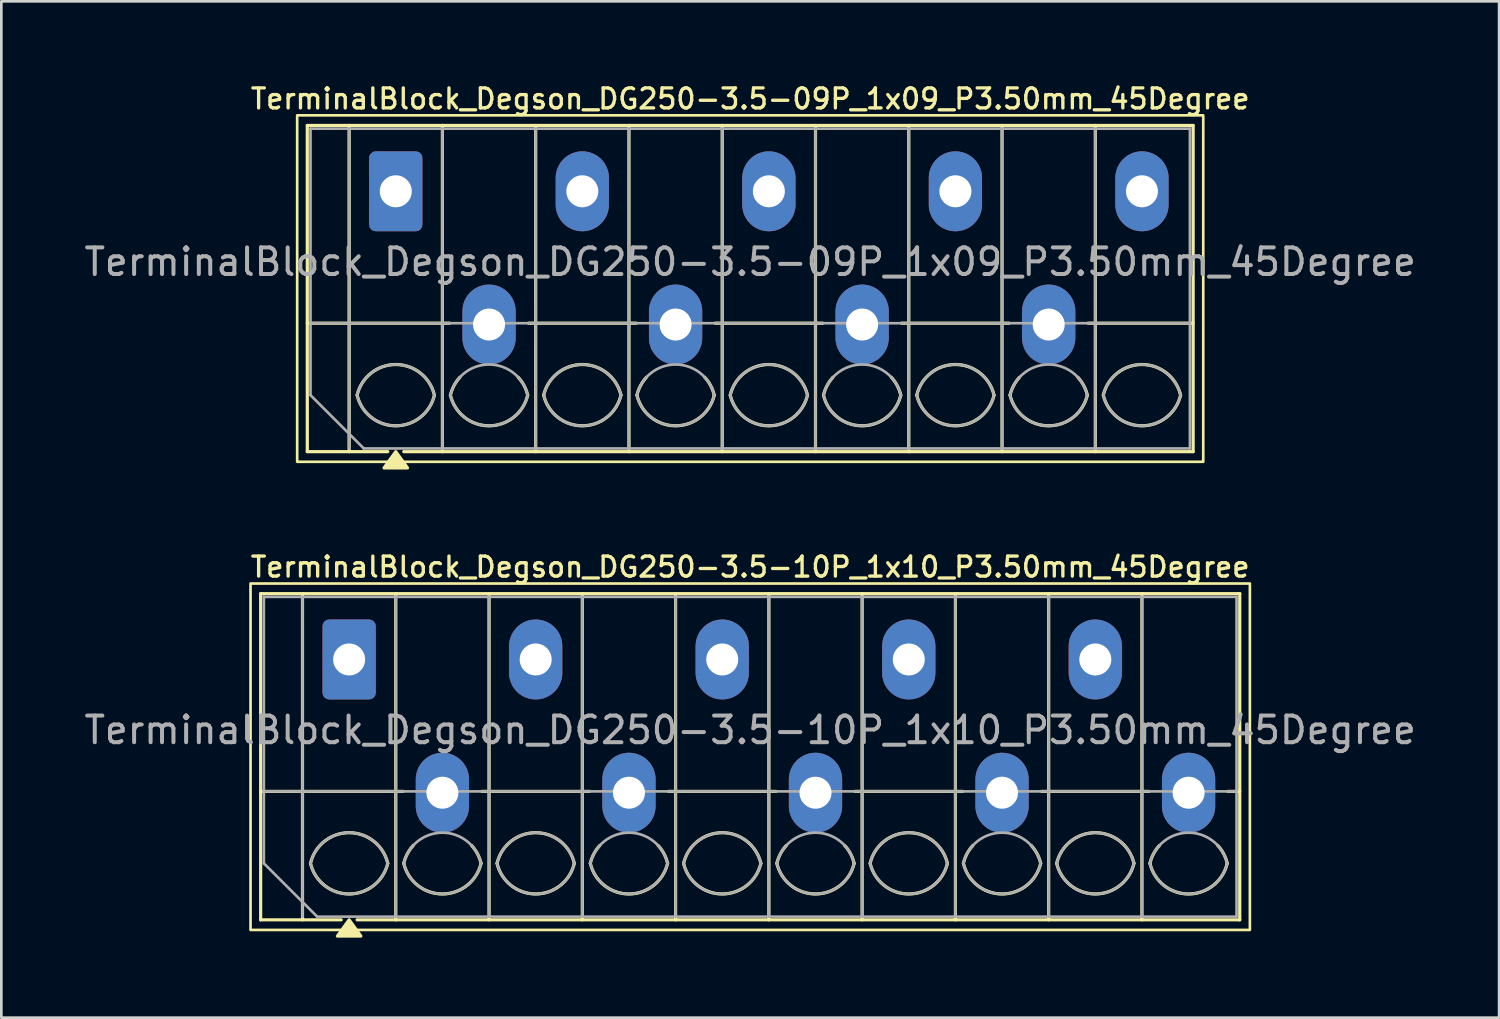
<source format=kicad_pcb>
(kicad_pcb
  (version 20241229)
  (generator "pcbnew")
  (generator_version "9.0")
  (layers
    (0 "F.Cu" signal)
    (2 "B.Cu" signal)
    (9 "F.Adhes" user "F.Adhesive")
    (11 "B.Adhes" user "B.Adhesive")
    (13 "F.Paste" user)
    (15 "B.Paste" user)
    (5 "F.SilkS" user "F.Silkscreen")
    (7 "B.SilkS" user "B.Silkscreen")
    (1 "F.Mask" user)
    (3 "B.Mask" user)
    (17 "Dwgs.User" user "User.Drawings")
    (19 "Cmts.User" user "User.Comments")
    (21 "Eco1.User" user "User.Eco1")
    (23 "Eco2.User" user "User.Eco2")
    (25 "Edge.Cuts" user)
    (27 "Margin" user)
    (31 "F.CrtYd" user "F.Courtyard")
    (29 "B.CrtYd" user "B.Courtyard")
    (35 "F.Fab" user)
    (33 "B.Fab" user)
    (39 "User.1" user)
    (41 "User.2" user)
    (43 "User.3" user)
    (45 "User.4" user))
  (footprint "TerminalBlock_Degson_DG250-3.5-09P_1x09_P3.50mm_45Degree"
    (layer "F.Cu")
    (at 11.801 4.128)
    (property "Reference" "TerminalBlock_Degson_DG250-3.5-09P_1x09_P3.50mm_45Degree" (at 13.3 -3.47 0) (layer "F.SilkS") (effects (font (size 0.75 0.75) (thickness 0.125))))
    (attr through_hole)
    (fp_line (start -3.32 -2.47) (end 29.92 -2.47) (stroke (width 0.12) (type solid)) (layer "F.SilkS"))
    (fp_line (start -3.32 4.95) (end 2.02 4.95) (stroke (width 0.12) (type solid)) (layer "F.SilkS"))
    (fp_line (start -3.32 9.77) (end -3.32 -2.47) (stroke (width 0.12) (type solid)) (layer "F.SilkS"))
    (fp_line (start -1.75 -2.47) (end -1.75 9.77) (stroke (width 0.12) (type solid)) (layer "F.SilkS"))
    (fp_line (start -0.3 9.77) (end -3.32 9.77) (stroke (width 0.12) (type solid)) (layer "F.SilkS"))
    (fp_line (start 1.75 -2.47) (end 1.75 9.77) (stroke (width 0.12) (type solid)) (layer "F.SilkS"))
    (fp_line (start 4.98 4.95) (end 9.02 4.95) (stroke (width 0.12) (type solid)) (layer "F.SilkS"))
    (fp_line (start 5.25 -2.47) (end 5.25 9.77) (stroke (width 0.12) (type solid)) (layer "F.SilkS"))
    (fp_line (start 8.75 -2.47) (end 8.75 9.77) (stroke (width 0.12) (type solid)) (layer "F.SilkS"))
    (fp_line (start 11.98 4.95) (end 16.02 4.95) (stroke (width 0.12) (type solid)) (layer "F.SilkS"))
    (fp_line (start 12.25 -2.47) (end 12.25 9.77) (stroke (width 0.12) (type solid)) (layer "F.SilkS"))
    (fp_line (start 15.75 -2.47) (end 15.75 9.77) (stroke (width 0.12) (type solid)) (layer "F.SilkS"))
    (fp_line (start 18.98 4.95) (end 23.02 4.95) (stroke (width 0.12) (type solid)) (layer "F.SilkS"))
    (fp_line (start 19.25 -2.47) (end 19.25 9.77) (stroke (width 0.12) (type solid)) (layer "F.SilkS"))
    (fp_line (start 22.75 -2.47) (end 22.75 9.77) (stroke (width 0.12) (type solid)) (layer "F.SilkS"))
    (fp_line (start 25.98 4.95) (end 29.92 4.95) (stroke (width 0.12) (type solid)) (layer "F.SilkS"))
    (fp_line (start 26.25 -2.47) (end 26.25 9.77) (stroke (width 0.12) (type solid)) (layer "F.SilkS"))
    (fp_line (start 29.92 -2.47) (end 29.92 9.77) (stroke (width 0.12) (type solid)) (layer "F.SilkS"))
    (fp_line (start 29.92 9.77) (end 0.3 9.77) (stroke (width 0.12) (type solid)) (layer "F.SilkS"))
    (fp_rect (start -3.7 -2.85) (end 30.3 10.15) (stroke (width 0.1) (type solid)) (fill no) (layer "F.SilkS"))
    (fp_arc (start -1.45 7.65) (mid 0 6.5) (end 1.45 7.65) (stroke (width 0.12) (type solid)) (layer "F.SilkS"))
    (fp_arc (start 1.45 7.65) (mid 0 8.8) (end -1.45 7.65) (stroke (width 0.12) (type solid)) (layer "F.SilkS"))
    (fp_arc (start 2.05 7.65) (mid 2.18402 7.291962) (end 2.405 6.98) (stroke (width 0.12) (type solid)) (layer "F.SilkS"))
    (fp_arc (start 4.595 6.98) (mid 4.81598 7.291962) (end 4.95 7.65) (stroke (width 0.12) (type solid)) (layer "F.SilkS"))
    (fp_arc (start 4.95 7.65) (mid 3.5 8.8) (end 2.05 7.65) (stroke (width 0.12) (type solid)) (layer "F.SilkS"))
    (fp_arc (start 5.55 7.65) (mid 7 6.5) (end 8.45 7.65) (stroke (width 0.12) (type solid)) (layer "F.SilkS"))
    (fp_arc (start 8.45 7.65) (mid 7 8.8) (end 5.55 7.65) (stroke (width 0.12) (type solid)) (layer "F.SilkS"))
    (fp_arc (start 9.05 7.65) (mid 9.18402 7.291962) (end 9.405 6.98) (stroke (width 0.12) (type solid)) (layer "F.SilkS"))
    (fp_arc (start 11.595 6.98) (mid 11.81598 7.291962) (end 11.95 7.65) (stroke (width 0.12) (type solid)) (layer "F.SilkS"))
    (fp_arc (start 11.95 7.65) (mid 10.5 8.8) (end 9.05 7.65) (stroke (width 0.12) (type solid)) (layer "F.SilkS"))
    (fp_arc (start 12.55 7.65) (mid 14 6.5) (end 15.45 7.65) (stroke (width 0.12) (type solid)) (layer "F.SilkS"))
    (fp_arc (start 15.45 7.65) (mid 14 8.8) (end 12.55 7.65) (stroke (width 0.12) (type solid)) (layer "F.SilkS"))
    (fp_arc (start 16.05 7.65) (mid 16.18402 7.291962) (end 16.405 6.98) (stroke (width 0.12) (type solid)) (layer "F.SilkS"))
    (fp_arc (start 18.595 6.98) (mid 18.81598 7.291962) (end 18.95 7.65) (stroke (width 0.12) (type solid)) (layer "F.SilkS"))
    (fp_arc (start 18.95 7.65) (mid 17.5 8.8) (end 16.05 7.65) (stroke (width 0.12) (type solid)) (layer "F.SilkS"))
    (fp_arc (start 19.55 7.65) (mid 21 6.5) (end 22.45 7.65) (stroke (width 0.12) (type solid)) (layer "F.SilkS"))
    (fp_arc (start 22.45 7.65) (mid 21 8.8) (end 19.55 7.65) (stroke (width 0.12) (type solid)) (layer "F.SilkS"))
    (fp_arc (start 23.05 7.65) (mid 23.18402 7.291962) (end 23.405 6.98) (stroke (width 0.12) (type solid)) (layer "F.SilkS"))
    (fp_arc (start 25.595 6.98) (mid 25.81598 7.291962) (end 25.95 7.65) (stroke (width 0.12) (type solid)) (layer "F.SilkS"))
    (fp_arc (start 25.95 7.65) (mid 24.5 8.8) (end 23.05 7.65) (stroke (width 0.12) (type solid)) (layer "F.SilkS"))
    (fp_arc (start 26.55 7.65) (mid 28 6.5) (end 29.45 7.65) (stroke (width 0.12) (type solid)) (layer "F.SilkS"))
    (fp_arc (start 29.45 7.65) (mid 28 8.8) (end 26.55 7.65) (stroke (width 0.12) (type solid)) (layer "F.SilkS"))
    (fp_poly (pts (xy 0 9.77) (xy 0.44 10.38) (xy -0.44 10.38)) (stroke (width 0.12) (type solid)) (fill yes) (layer "F.SilkS"))
    (fp_line (start -3.2 -2.35) (end 29.8 -2.35) (stroke (width 0.1) (type solid)) (layer "F.Fab"))
    (fp_line (start -3.2 4.95) (end 29.8 4.95) (stroke (width 0.1) (type solid)) (layer "F.Fab"))
    (fp_line (start -3.2 7.65) (end -3.2 -2.35) (stroke (width 0.1) (type solid)) (layer "F.Fab"))
    (fp_line (start -1.75 -2.35) (end -1.75 9.65) (stroke (width 0.1) (type solid)) (layer "F.Fab"))
    (fp_line (start -1.2 9.65) (end -3.2 7.65) (stroke (width 0.1) (type solid)) (layer "F.Fab"))
    (fp_line (start 1.75 -2.35) (end 1.75 9.65) (stroke (width 0.1) (type solid)) (layer "F.Fab"))
    (fp_line (start 5.25 -2.35) (end 5.25 9.65) (stroke (width 0.1) (type solid)) (layer "F.Fab"))
    (fp_line (start 8.75 -2.35) (end 8.75 9.65) (stroke (width 0.1) (type solid)) (layer "F.Fab"))
    (fp_line (start 12.25 -2.35) (end 12.25 9.65) (stroke (width 0.1) (type solid)) (layer "F.Fab"))
    (fp_line (start 15.75 -2.35) (end 15.75 9.65) (stroke (width 0.1) (type solid)) (layer "F.Fab"))
    (fp_line (start 19.25 -2.35) (end 19.25 9.65) (stroke (width 0.1) (type solid)) (layer "F.Fab"))
    (fp_line (start 22.75 -2.35) (end 22.75 9.65) (stroke (width 0.1) (type solid)) (layer "F.Fab"))
    (fp_line (start 26.25 -2.35) (end 26.25 9.65) (stroke (width 0.1) (type solid)) (layer "F.Fab"))
    (fp_line (start 29.8 -2.35) (end 29.8 9.65) (stroke (width 0.1) (type solid)) (layer "F.Fab"))
    (fp_line (start 29.8 9.65) (end -1.2 9.65) (stroke (width 0.1) (type solid)) (layer "F.Fab"))
    (fp_arc (start -1.45 7.65) (mid 0 6.5) (end 1.45 7.65) (stroke (width 0.1) (type solid)) (layer "F.Fab"))
    (fp_arc (start 1.45 7.65) (mid 0 8.8) (end -1.45 7.65) (stroke (width 0.1) (type solid)) (layer "F.Fab"))
    (fp_arc (start 2.05 7.65) (mid 3.5 6.5) (end 4.95 7.65) (stroke (width 0.1) (type solid)) (layer "F.Fab"))
    (fp_arc (start 4.95 7.65) (mid 3.5 8.8) (end 2.05 7.65) (stroke (width 0.1) (type solid)) (layer "F.Fab"))
    (fp_arc (start 5.55 7.65) (mid 7 6.5) (end 8.45 7.65) (stroke (width 0.1) (type solid)) (layer "F.Fab"))
    (fp_arc (start 8.45 7.65) (mid 7 8.8) (end 5.55 7.65) (stroke (width 0.1) (type solid)) (layer "F.Fab"))
    (fp_arc (start 9.05 7.65) (mid 10.5 6.5) (end 11.95 7.65) (stroke (width 0.1) (type solid)) (layer "F.Fab"))
    (fp_arc (start 11.95 7.65) (mid 10.5 8.8) (end 9.05 7.65) (stroke (width 0.1) (type solid)) (layer "F.Fab"))
    (fp_arc (start 12.55 7.65) (mid 14 6.5) (end 15.45 7.65) (stroke (width 0.1) (type solid)) (layer "F.Fab"))
    (fp_arc (start 15.45 7.65) (mid 14 8.8) (end 12.55 7.65) (stroke (width 0.1) (type solid)) (layer "F.Fab"))
    (fp_arc (start 16.05 7.65) (mid 17.5 6.5) (end 18.95 7.65) (stroke (width 0.1) (type solid)) (layer "F.Fab"))
    (fp_arc (start 18.95 7.65) (mid 17.5 8.8) (end 16.05 7.65) (stroke (width 0.1) (type solid)) (layer "F.Fab"))
    (fp_arc (start 19.55 7.65) (mid 21 6.5) (end 22.45 7.65) (stroke (width 0.1) (type solid)) (layer "F.Fab"))
    (fp_arc (start 22.45 7.65) (mid 21 8.8) (end 19.55 7.65) (stroke (width 0.1) (type solid)) (layer "F.Fab"))
    (fp_arc (start 23.05 7.65) (mid 24.5 6.5) (end 25.95 7.65) (stroke (width 0.1) (type solid)) (layer "F.Fab"))
    (fp_arc (start 25.95 7.65) (mid 24.5 8.8) (end 23.05 7.65) (stroke (width 0.1) (type solid)) (layer "F.Fab"))
    (fp_arc (start 26.55 7.65) (mid 28 6.5) (end 29.45 7.65) (stroke (width 0.1) (type solid)) (layer "F.Fab"))
    (fp_arc (start 29.45 7.65) (mid 28 8.8) (end 26.55 7.65) (stroke (width 0.1) (type solid)) (layer "F.Fab"))
    (fp_text user "${REFERENCE}" (at 13.3 2.65 0) (layer "F.Fab") (effects (font (size 1 1) (thickness 0.15))))
    (pad "1" thru_hole roundrect (at 0 0) (size 2 3) (drill 1.2) (layers "*.Cu" "*.Mask") (roundrect_rratio 0.125))
    (pad "2" thru_hole oval (at 3.5 5) (size 2 3) (drill 1.2) (layers "*.Cu" "*.Mask"))
    (pad "3" thru_hole oval (at 7 0) (size 2 3) (drill 1.2) (layers "*.Cu" "*.Mask"))
    (pad "4" thru_hole oval (at 10.5 5) (size 2 3) (drill 1.2) (layers "*.Cu" "*.Mask"))
    (pad "5" thru_hole oval (at 14 0) (size 2 3) (drill 1.2) (layers "*.Cu" "*.Mask"))
    (pad "6" thru_hole oval (at 17.5 5) (size 2 3) (drill 1.2) (layers "*.Cu" "*.Mask"))
    (pad "7" thru_hole oval (at 21 0) (size 2 3) (drill 1.2) (layers "*.Cu" "*.Mask"))
    (pad "8" thru_hole oval (at 24.5 5) (size 2 3) (drill 1.2) (layers "*.Cu" "*.Mask"))
    (pad "9" thru_hole oval (at 28 0) (size 2 3) (drill 1.2) (layers "*.Cu" "*.Mask")))
  (footprint "TerminalBlock_Degson_DG250-3.5-10P_1x10_P3.50mm_45Degree"
    (layer "F.Cu")
    (at 10.051 21.696)
    (property "Reference" "TerminalBlock_Degson_DG250-3.5-10P_1x10_P3.50mm_45Degree" (at 15.05 -3.47 0) (layer "F.SilkS") (effects (font (size 0.75 0.75) (thickness 0.125))))
    (attr through_hole)
    (fp_line (start -3.32 -2.47) (end 33.42 -2.47) (stroke (width 0.12) (type solid)) (layer "F.SilkS"))
    (fp_line (start -3.32 4.95) (end 2.02 4.95) (stroke (width 0.12) (type solid)) (layer "F.SilkS"))
    (fp_line (start -3.32 9.77) (end -3.32 -2.47) (stroke (width 0.12) (type solid)) (layer "F.SilkS"))
    (fp_line (start -1.75 -2.47) (end -1.75 9.77) (stroke (width 0.12) (type solid)) (layer "F.SilkS"))
    (fp_line (start -0.3 9.77) (end -3.32 9.77) (stroke (width 0.12) (type solid)) (layer "F.SilkS"))
    (fp_line (start 1.75 -2.47) (end 1.75 9.77) (stroke (width 0.12) (type solid)) (layer "F.SilkS"))
    (fp_line (start 4.98 4.95) (end 9.02 4.95) (stroke (width 0.12) (type solid)) (layer "F.SilkS"))
    (fp_line (start 5.25 -2.47) (end 5.25 9.77) (stroke (width 0.12) (type solid)) (layer "F.SilkS"))
    (fp_line (start 8.75 -2.47) (end 8.75 9.77) (stroke (width 0.12) (type solid)) (layer "F.SilkS"))
    (fp_line (start 11.98 4.95) (end 16.02 4.95) (stroke (width 0.12) (type solid)) (layer "F.SilkS"))
    (fp_line (start 12.25 -2.47) (end 12.25 9.77) (stroke (width 0.12) (type solid)) (layer "F.SilkS"))
    (fp_line (start 15.75 -2.47) (end 15.75 9.77) (stroke (width 0.12) (type solid)) (layer "F.SilkS"))
    (fp_line (start 18.98 4.95) (end 23.02 4.95) (stroke (width 0.12) (type solid)) (layer "F.SilkS"))
    (fp_line (start 19.25 -2.47) (end 19.25 9.77) (stroke (width 0.12) (type solid)) (layer "F.SilkS"))
    (fp_line (start 22.75 -2.47) (end 22.75 9.77) (stroke (width 0.12) (type solid)) (layer "F.SilkS"))
    (fp_line (start 25.98 4.95) (end 30.02 4.95) (stroke (width 0.12) (type solid)) (layer "F.SilkS"))
    (fp_line (start 26.25 -2.47) (end 26.25 9.77) (stroke (width 0.12) (type solid)) (layer "F.SilkS"))
    (fp_line (start 29.75 -2.47) (end 29.75 9.77) (stroke (width 0.12) (type solid)) (layer "F.SilkS"))
    (fp_line (start 32.98 4.95) (end 33.42 4.95) (stroke (width 0.12) (type solid)) (layer "F.SilkS"))
    (fp_line (start 33.42 -2.47) (end 33.42 9.77) (stroke (width 0.12) (type solid)) (layer "F.SilkS"))
    (fp_line (start 33.42 9.77) (end 0.3 9.77) (stroke (width 0.12) (type solid)) (layer "F.SilkS"))
    (fp_rect (start -3.7 -2.85) (end 33.8 10.15) (stroke (width 0.1) (type solid)) (fill no) (layer "F.SilkS"))
    (fp_arc (start -1.45 7.65) (mid 0 6.5) (end 1.45 7.65) (stroke (width 0.12) (type solid)) (layer "F.SilkS"))
    (fp_arc (start 1.45 7.65) (mid 0 8.8) (end -1.45 7.65) (stroke (width 0.12) (type solid)) (layer "F.SilkS"))
    (fp_arc (start 2.05 7.65) (mid 2.18402 7.291962) (end 2.405 6.98) (stroke (width 0.12) (type solid)) (layer "F.SilkS"))
    (fp_arc (start 4.595 6.98) (mid 4.81598 7.291962) (end 4.95 7.65) (stroke (width 0.12) (type solid)) (layer "F.SilkS"))
    (fp_arc (start 4.95 7.65) (mid 3.5 8.8) (end 2.05 7.65) (stroke (width 0.12) (type solid)) (layer "F.SilkS"))
    (fp_arc (start 5.55 7.65) (mid 7 6.5) (end 8.45 7.65) (stroke (width 0.12) (type solid)) (layer "F.SilkS"))
    (fp_arc (start 8.45 7.65) (mid 7 8.8) (end 5.55 7.65) (stroke (width 0.12) (type solid)) (layer "F.SilkS"))
    (fp_arc (start 9.05 7.65) (mid 9.18402 7.291962) (end 9.405 6.98) (stroke (width 0.12) (type solid)) (layer "F.SilkS"))
    (fp_arc (start 11.595 6.98) (mid 11.81598 7.291962) (end 11.95 7.65) (stroke (width 0.12) (type solid)) (layer "F.SilkS"))
    (fp_arc (start 11.95 7.65) (mid 10.5 8.8) (end 9.05 7.65) (stroke (width 0.12) (type solid)) (layer "F.SilkS"))
    (fp_arc (start 12.55 7.65) (mid 14 6.5) (end 15.45 7.65) (stroke (width 0.12) (type solid)) (layer "F.SilkS"))
    (fp_arc (start 15.45 7.65) (mid 14 8.8) (end 12.55 7.65) (stroke (width 0.12) (type solid)) (layer "F.SilkS"))
    (fp_arc (start 16.05 7.65) (mid 16.18402 7.291962) (end 16.405 6.98) (stroke (width 0.12) (type solid)) (layer "F.SilkS"))
    (fp_arc (start 18.595 6.98) (mid 18.81598 7.291962) (end 18.95 7.65) (stroke (width 0.12) (type solid)) (layer "F.SilkS"))
    (fp_arc (start 18.95 7.65) (mid 17.5 8.8) (end 16.05 7.65) (stroke (width 0.12) (type solid)) (layer "F.SilkS"))
    (fp_arc (start 19.55 7.65) (mid 21 6.5) (end 22.45 7.65) (stroke (width 0.12) (type solid)) (layer "F.SilkS"))
    (fp_arc (start 22.45 7.65) (mid 21 8.8) (end 19.55 7.65) (stroke (width 0.12) (type solid)) (layer "F.SilkS"))
    (fp_arc (start 23.05 7.65) (mid 23.18402 7.291962) (end 23.405 6.98) (stroke (width 0.12) (type solid)) (layer "F.SilkS"))
    (fp_arc (start 25.595 6.98) (mid 25.81598 7.291962) (end 25.95 7.65) (stroke (width 0.12) (type solid)) (layer "F.SilkS"))
    (fp_arc (start 25.95 7.65) (mid 24.5 8.8) (end 23.05 7.65) (stroke (width 0.12) (type solid)) (layer "F.SilkS"))
    (fp_arc (start 26.55 7.65) (mid 28 6.5) (end 29.45 7.65) (stroke (width 0.12) (type solid)) (layer "F.SilkS"))
    (fp_arc (start 29.45 7.65) (mid 28 8.8) (end 26.55 7.65) (stroke (width 0.12) (type solid)) (layer "F.SilkS"))
    (fp_arc (start 30.05 7.65) (mid 30.18402 7.291962) (end 30.405 6.98) (stroke (width 0.12) (type solid)) (layer "F.SilkS"))
    (fp_arc (start 32.595 6.98) (mid 32.81598 7.291962) (end 32.95 7.65) (stroke (width 0.12) (type solid)) (layer "F.SilkS"))
    (fp_arc (start 32.95 7.65) (mid 31.5 8.8) (end 30.05 7.65) (stroke (width 0.12) (type solid)) (layer "F.SilkS"))
    (fp_poly (pts (xy 0 9.77) (xy 0.44 10.38) (xy -0.44 10.38)) (stroke (width 0.12) (type solid)) (fill yes) (layer "F.SilkS"))
    (fp_line (start -3.2 -2.35) (end 33.3 -2.35) (stroke (width 0.1) (type solid)) (layer "F.Fab"))
    (fp_line (start -3.2 4.95) (end 33.3 4.95) (stroke (width 0.1) (type solid)) (layer "F.Fab"))
    (fp_line (start -3.2 7.65) (end -3.2 -2.35) (stroke (width 0.1) (type solid)) (layer "F.Fab"))
    (fp_line (start -1.75 -2.35) (end -1.75 9.65) (stroke (width 0.1) (type solid)) (layer "F.Fab"))
    (fp_line (start -1.2 9.65) (end -3.2 7.65) (stroke (width 0.1) (type solid)) (layer "F.Fab"))
    (fp_line (start 1.75 -2.35) (end 1.75 9.65) (stroke (width 0.1) (type solid)) (layer "F.Fab"))
    (fp_line (start 5.25 -2.35) (end 5.25 9.65) (stroke (width 0.1) (type solid)) (layer "F.Fab"))
    (fp_line (start 8.75 -2.35) (end 8.75 9.65) (stroke (width 0.1) (type solid)) (layer "F.Fab"))
    (fp_line (start 12.25 -2.35) (end 12.25 9.65) (stroke (width 0.1) (type solid)) (layer "F.Fab"))
    (fp_line (start 15.75 -2.35) (end 15.75 9.65) (stroke (width 0.1) (type solid)) (layer "F.Fab"))
    (fp_line (start 19.25 -2.35) (end 19.25 9.65) (stroke (width 0.1) (type solid)) (layer "F.Fab"))
    (fp_line (start 22.75 -2.35) (end 22.75 9.65) (stroke (width 0.1) (type solid)) (layer "F.Fab"))
    (fp_line (start 26.25 -2.35) (end 26.25 9.65) (stroke (width 0.1) (type solid)) (layer "F.Fab"))
    (fp_line (start 29.75 -2.35) (end 29.75 9.65) (stroke (width 0.1) (type solid)) (layer "F.Fab"))
    (fp_line (start 33.3 -2.35) (end 33.3 9.65) (stroke (width 0.1) (type solid)) (layer "F.Fab"))
    (fp_line (start 33.3 9.65) (end -1.2 9.65) (stroke (width 0.1) (type solid)) (layer "F.Fab"))
    (fp_arc (start -1.45 7.65) (mid 0 6.5) (end 1.45 7.65) (stroke (width 0.1) (type solid)) (layer "F.Fab"))
    (fp_arc (start 1.45 7.65) (mid 0 8.8) (end -1.45 7.65) (stroke (width 0.1) (type solid)) (layer "F.Fab"))
    (fp_arc (start 2.05 7.65) (mid 3.5 6.5) (end 4.95 7.65) (stroke (width 0.1) (type solid)) (layer "F.Fab"))
    (fp_arc (start 4.95 7.65) (mid 3.5 8.8) (end 2.05 7.65) (stroke (width 0.1) (type solid)) (layer "F.Fab"))
    (fp_arc (start 5.55 7.65) (mid 7 6.5) (end 8.45 7.65) (stroke (width 0.1) (type solid)) (layer "F.Fab"))
    (fp_arc (start 8.45 7.65) (mid 7 8.8) (end 5.55 7.65) (stroke (width 0.1) (type solid)) (layer "F.Fab"))
    (fp_arc (start 9.05 7.65) (mid 10.5 6.5) (end 11.95 7.65) (stroke (width 0.1) (type solid)) (layer "F.Fab"))
    (fp_arc (start 11.95 7.65) (mid 10.5 8.8) (end 9.05 7.65) (stroke (width 0.1) (type solid)) (layer "F.Fab"))
    (fp_arc (start 12.55 7.65) (mid 14 6.5) (end 15.45 7.65) (stroke (width 0.1) (type solid)) (layer "F.Fab"))
    (fp_arc (start 15.45 7.65) (mid 14 8.8) (end 12.55 7.65) (stroke (width 0.1) (type solid)) (layer "F.Fab"))
    (fp_arc (start 16.05 7.65) (mid 17.5 6.5) (end 18.95 7.65) (stroke (width 0.1) (type solid)) (layer "F.Fab"))
    (fp_arc (start 18.95 7.65) (mid 17.5 8.8) (end 16.05 7.65) (stroke (width 0.1) (type solid)) (layer "F.Fab"))
    (fp_arc (start 19.55 7.65) (mid 21 6.5) (end 22.45 7.65) (stroke (width 0.1) (type solid)) (layer "F.Fab"))
    (fp_arc (start 22.45 7.65) (mid 21 8.8) (end 19.55 7.65) (stroke (width 0.1) (type solid)) (layer "F.Fab"))
    (fp_arc (start 23.05 7.65) (mid 24.5 6.5) (end 25.95 7.65) (stroke (width 0.1) (type solid)) (layer "F.Fab"))
    (fp_arc (start 25.95 7.65) (mid 24.5 8.8) (end 23.05 7.65) (stroke (width 0.1) (type solid)) (layer "F.Fab"))
    (fp_arc (start 26.55 7.65) (mid 28 6.5) (end 29.45 7.65) (stroke (width 0.1) (type solid)) (layer "F.Fab"))
    (fp_arc (start 29.45 7.65) (mid 28 8.8) (end 26.55 7.65) (stroke (width 0.1) (type solid)) (layer "F.Fab"))
    (fp_arc (start 30.05 7.65) (mid 31.5 6.5) (end 32.95 7.65) (stroke (width 0.1) (type solid)) (layer "F.Fab"))
    (fp_arc (start 32.95 7.65) (mid 31.5 8.8) (end 30.05 7.65) (stroke (width 0.1) (type solid)) (layer "F.Fab"))
    (fp_text user "${REFERENCE}" (at 15.05 2.65 0) (layer "F.Fab") (effects (font (size 1 1) (thickness 0.15))))
    (pad "1" thru_hole roundrect (at 0 0) (size 2 3) (drill 1.2) (layers "*.Cu" "*.Mask") (roundrect_rratio 0.125))
    (pad "2" thru_hole oval (at 3.5 5) (size 2 3) (drill 1.2) (layers "*.Cu" "*.Mask"))
    (pad "3" thru_hole oval (at 7 0) (size 2 3) (drill 1.2) (layers "*.Cu" "*.Mask"))
    (pad "4" thru_hole oval (at 10.5 5) (size 2 3) (drill 1.2) (layers "*.Cu" "*.Mask"))
    (pad "5" thru_hole oval (at 14 0) (size 2 3) (drill 1.2) (layers "*.Cu" "*.Mask"))
    (pad "6" thru_hole oval (at 17.5 5) (size 2 3) (drill 1.2) (layers "*.Cu" "*.Mask"))
    (pad "7" thru_hole oval (at 21 0) (size 2 3) (drill 1.2) (layers "*.Cu" "*.Mask"))
    (pad "8" thru_hole oval (at 24.5 5) (size 2 3) (drill 1.2) (layers "*.Cu" "*.Mask"))
    (pad "9" thru_hole oval (at 28 0) (size 2 3) (drill 1.2) (layers "*.Cu" "*.Mask"))
    (pad "10" thru_hole oval (at 31.5 5) (size 2 3) (drill 1.2) (layers "*.Cu" "*.Mask")))
  (gr_rect
    (start -3 -3)
    (end 53.202 35.136)
    (stroke (width 0.1) (type default))
    (fill no)
    (layer "Edge.Cuts")))
</source>
